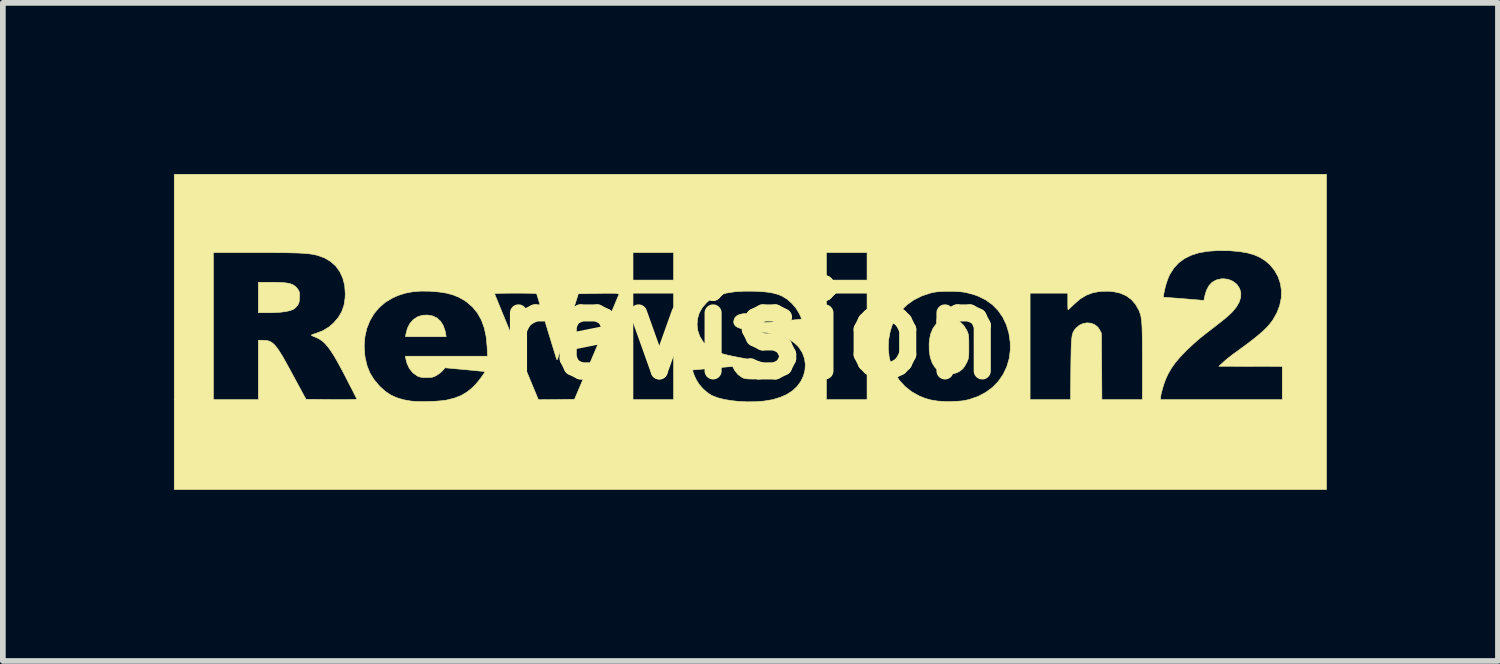
<source format=kicad_pcb>
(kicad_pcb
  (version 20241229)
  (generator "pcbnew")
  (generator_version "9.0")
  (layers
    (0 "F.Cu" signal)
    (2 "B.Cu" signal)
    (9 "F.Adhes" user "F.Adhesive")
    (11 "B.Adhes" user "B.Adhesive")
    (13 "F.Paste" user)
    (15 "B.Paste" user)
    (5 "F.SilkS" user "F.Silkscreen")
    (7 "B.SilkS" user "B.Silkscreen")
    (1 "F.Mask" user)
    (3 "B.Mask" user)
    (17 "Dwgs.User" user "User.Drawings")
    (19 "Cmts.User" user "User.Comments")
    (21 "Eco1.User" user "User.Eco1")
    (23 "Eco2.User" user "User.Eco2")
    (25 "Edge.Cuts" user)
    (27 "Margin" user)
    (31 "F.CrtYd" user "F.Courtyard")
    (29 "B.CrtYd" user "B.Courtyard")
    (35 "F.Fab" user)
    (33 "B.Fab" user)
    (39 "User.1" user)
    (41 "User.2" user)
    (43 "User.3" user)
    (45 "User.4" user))
  (footprint "revision"
    (layer "F.Cu")
    (at 10.101 2.761)
    (property "Reference" "revision" (at 0 0 0) (layer "F.SilkS") (effects (font (size 1.524 1.524) (thickness 0.3))))
    (attr through_hole)
    (fp_poly (pts (xy -5.57 -0.274) (xy -5.494 -0.239) (xy -5.432 -0.183) (xy -5.384 -0.108) (xy -5.35 -0.012) (xy -5.341 0.035) (xy -5.332 0.089) (xy -6.044 0.089) (xy -6.036 0.041) (xy -6.01 -0.059) (xy -5.966 -0.143) (xy -5.907 -0.21) (xy -5.835 -0.258) (xy -5.752 -0.285) (xy -5.661 -0.29) (xy -5.57 -0.274)) (stroke (width 0.01) (type solid)) (fill yes) (layer "F.SilkS"))
    (fp_poly (pts (xy -8.281 -0.862) (xy -8.188 -0.858) (xy -8.114 -0.849) (xy -8.056 -0.836) (xy -8.01 -0.816) (xy -7.973 -0.79) (xy -7.942 -0.757) (xy -7.927 -0.736) (xy -7.912 -0.71) (xy -7.903 -0.683) (xy -7.9 -0.647) (xy -7.902 -0.596) (xy -7.905 -0.542) (xy -7.912 -0.506) (xy -7.925 -0.477) (xy -7.941 -0.453) (xy -7.971 -0.42) (xy -8.003 -0.394) (xy -8.012 -0.388) (xy -8.071 -0.366) (xy -8.153 -0.349) (xy -8.254 -0.337) (xy -8.371 -0.331) (xy -8.432 -0.33) (xy -8.623 -0.33) (xy -8.623 -0.864) (xy -8.395 -0.864) (xy -8.281 -0.862)) (stroke (width 0.01) (type solid)) (fill yes) (layer "F.SilkS"))
    (fp_poly (pts (xy 3.519 -0.225) (xy 3.605 -0.207) (xy 3.677 -0.168) (xy 3.739 -0.108) (xy 3.791 -0.025) (xy 3.8 -0.006) (xy 3.811 0.02) (xy 3.819 0.046) (xy 3.824 0.077) (xy 3.827 0.117) (xy 3.829 0.172) (xy 3.829 0.247) (xy 3.829 0.26) (xy 3.829 0.337) (xy 3.828 0.394) (xy 3.825 0.435) (xy 3.821 0.467) (xy 3.813 0.493) (xy 3.802 0.52) (xy 3.793 0.54) (xy 3.76 0.602) (xy 3.726 0.648) (xy 3.683 0.685) (xy 3.647 0.708) (xy 3.587 0.732) (xy 3.514 0.745) (xy 3.44 0.745) (xy 3.375 0.732) (xy 3.373 0.731) (xy 3.297 0.69) (xy 3.235 0.628) (xy 3.186 0.548) (xy 3.153 0.452) (xy 3.135 0.34) (xy 3.133 0.216) (xy 3.138 0.152) (xy 3.159 0.043) (xy 3.197 -0.05) (xy 3.249 -0.124) (xy 3.314 -0.18) (xy 3.391 -0.214) (xy 3.479 -0.227) (xy 3.519 -0.225)) (stroke (width 0.01) (type solid)) (fill yes) (layer "F.SilkS"))
    (fp_poly (pts (xy 10.097 2.769) (xy -10.097 2.769) (xy -10.097 -1.384) (xy -9.411 -1.384) (xy -9.411 1.194) (xy -8.623 1.194) (xy -8.623 0.152) (xy -8.558 0.152) (xy -8.511 0.154) (xy -8.469 0.158) (xy -8.431 0.168) (xy -8.396 0.186) (xy -8.361 0.212) (xy -8.325 0.249) (xy -8.286 0.298) (xy -8.244 0.362) (xy -8.195 0.441) (xy -8.14 0.539) (xy -8.075 0.656) (xy -8.025 0.749) (xy -7.788 1.187) (xy -7.342 1.191) (xy -7.238 1.191) (xy -7.143 1.191) (xy -7.06 1.191) (xy -6.99 1.19) (xy -6.938 1.189) (xy -6.906 1.188) (xy -6.896 1.186) (xy -6.902 1.173) (xy -6.918 1.14) (xy -6.943 1.091) (xy -6.975 1.026) (xy -7.015 0.95) (xy -7.059 0.864) (xy -7.094 0.795) (xy -7.169 0.653) (xy -7.235 0.532) (xy -7.294 0.43) (xy -7.348 0.346) (xy -7.397 0.277) (xy -7.422 0.247) (xy -6.768 0.247) (xy -6.758 0.409) (xy -6.75 0.464) (xy -6.717 0.602) (xy -6.668 0.724) (xy -6.599 0.837) (xy -6.509 0.945) (xy -6.483 0.972) (xy -6.394 1.051) (xy -6.3 1.113) (xy -6.196 1.16) (xy -6.078 1.195) (xy -5.949 1.218) (xy -5.886 1.224) (xy -5.805 1.227) (xy -5.713 1.227) (xy -5.615 1.225) (xy -5.518 1.221) (xy -5.43 1.214) (xy -5.356 1.206) (xy -5.322 1.2) (xy -5.186 1.166) (xy -5.068 1.12) (xy -4.964 1.058) (xy -4.868 0.98) (xy -4.84 0.953) (xy -4.81 0.92) (xy -4.775 0.878) (xy -4.739 0.833) (xy -4.706 0.788) (xy -4.678 0.748) (xy -4.659 0.719) (xy -4.653 0.703) (xy -4.653 0.702) (xy -4.666 0.7) (xy -4.701 0.696) (xy -4.755 0.691) (xy -4.824 0.684) (xy -4.905 0.676) (xy -4.996 0.667) (xy -5.003 0.667) (xy -5.35 0.635) (xy -5.392 0.683) (xy -5.427 0.717) (xy -5.473 0.751) (xy -5.501 0.769) (xy -5.538 0.788) (xy -5.571 0.799) (xy -5.609 0.805) (xy -5.66 0.806) (xy -5.677 0.806) (xy -5.737 0.805) (xy -5.781 0.799) (xy -5.816 0.788) (xy -5.838 0.778) (xy -5.915 0.723) (xy -5.975 0.649) (xy -6.018 0.558) (xy -6.038 0.479) (xy -6.046 0.432) (xy -4.606 0.432) (xy -4.614 0.264) (xy -4.631 0.089) (xy -4.664 -0.066) (xy -4.715 -0.204) (xy -4.783 -0.325) (xy -4.87 -0.431) (xy -4.975 -0.521) (xy -5.013 -0.547) (xy -5.11 -0.602) (xy -5.215 -0.644) (xy -5.291 -0.664) (xy -4.483 -0.664) (xy -4.478 -0.651) (xy -4.465 -0.616) (xy -4.442 -0.562) (xy -4.413 -0.489) (xy -4.376 -0.4) (xy -4.334 -0.297) (xy -4.286 -0.181) (xy -4.234 -0.054) (xy -4.177 0.082) (xy -4.118 0.225) (xy -4.099 0.27) (xy -3.715 1.194) (xy -3.398 1.191) (xy -3.082 1.187) (xy -2.696 0.279) (xy -2.635 0.135) (xy -2.577 -0.002) (xy -2.522 -0.132) (xy -2.472 -0.251) (xy -2.427 -0.358) (xy -2.387 -0.451) (xy -2.355 -0.529) (xy -2.33 -0.589) (xy -2.313 -0.63) (xy -2.305 -0.65) (xy -2.304 -0.651) (xy -2.303 -0.658) (xy -2.307 -0.663) (xy -2.319 -0.666) (xy -2.341 -0.669) (xy -2.375 -0.671) (xy -2.426 -0.671) (xy -2.494 -0.671) (xy -2.584 -0.671) (xy -2.655 -0.67) (xy -3.013 -0.667) (xy -3.196 -0.09) (xy -3.232 0.026) (xy -3.267 0.134) (xy -3.298 0.233) (xy -3.326 0.319) (xy -3.349 0.39) (xy -3.367 0.445) (xy -3.379 0.48) (xy -3.384 0.493) (xy -3.384 0.493) (xy -3.393 0.489) (xy -3.397 0.481) (xy -3.402 0.464) (xy -3.414 0.425) (xy -3.431 0.369) (xy -3.453 0.298) (xy -3.479 0.214) (xy -3.507 0.122) (xy -3.537 0.024) (xy -3.568 -0.078) (xy -3.599 -0.181) (xy -3.63 -0.28) (xy -3.658 -0.375) (xy -3.684 -0.461) (xy -3.707 -0.536) (xy -3.725 -0.596) (xy -3.739 -0.64) (xy -3.746 -0.664) (xy -3.747 -0.668) (xy -3.759 -0.669) (xy -3.793 -0.67) (xy -3.847 -0.671) (xy -3.916 -0.672) (xy -3.998 -0.673) (xy -4.09 -0.673) (xy -4.115 -0.673) (xy -2.057 -0.673) (xy -2.057 1.194) (xy -1.346 1.194) (xy -1.346 0.684) (xy -1.012 0.684) (xy -1.004 0.711) (xy -0.99 0.751) (xy -0.971 0.796) (xy -0.95 0.841) (xy -0.943 0.854) (xy -0.894 0.93) (xy -0.829 1.004) (xy -0.755 1.069) (xy -0.68 1.118) (xy -0.671 1.122) (xy -0.581 1.158) (xy -0.47 1.187) (xy -0.344 1.209) (xy -0.208 1.224) (xy -0.065 1.231) (xy 0.079 1.23) (xy 0.22 1.22) (xy 0.235 1.219) (xy 0.391 1.193) (xy 0.531 1.15) (xy 0.637 1.103) (xy 0.738 1.038) (xy 0.821 0.96) (xy 0.885 0.872) (xy 0.931 0.776) (xy 0.957 0.675) (xy 0.963 0.572) (xy 0.948 0.47) (xy 0.912 0.372) (xy 0.853 0.281) (xy 0.829 0.253) (xy 0.767 0.196) (xy 0.694 0.147) (xy 0.607 0.105) (xy 0.503 0.069) (xy 0.381 0.038) (xy 0.237 0.012) (xy 0.108 -0.006) (xy -0.006 -0.022) (xy -0.097 -0.037) (xy -0.168 -0.053) (xy -0.22 -0.072) (xy -0.256 -0.093) (xy -0.278 -0.118) (xy -0.29 -0.147) (xy -0.292 -0.175) (xy -0.281 -0.228) (xy -0.248 -0.269) (xy -0.196 -0.298) (xy -0.125 -0.313) (xy -0.037 -0.314) (xy -0.03 -0.314) (xy 0.055 -0.301) (xy 0.122 -0.275) (xy 0.176 -0.233) (xy 0.222 -0.173) (xy 0.228 -0.167) (xy 0.238 -0.163) (xy 0.256 -0.16) (xy 0.284 -0.16) (xy 0.326 -0.163) (xy 0.383 -0.167) (xy 0.461 -0.174) (xy 0.56 -0.184) (xy 0.564 -0.184) (xy 0.652 -0.193) (xy 0.732 -0.201) (xy 0.8 -0.208) (xy 0.852 -0.214) (xy 0.886 -0.218) (xy 0.897 -0.22) (xy 0.894 -0.233) (xy 0.882 -0.262) (xy 0.863 -0.303) (xy 0.855 -0.319) (xy 0.8 -0.409) (xy 0.728 -0.493) (xy 0.646 -0.566) (xy 0.561 -0.619) (xy 0.559 -0.62) (xy 0.496 -0.647) (xy 0.427 -0.668) (xy 0.402 -0.673) (xy 1.333 -0.673) (xy 1.333 1.194) (xy 2.045 1.194) (xy 2.045 0.307) (xy 2.417 0.307) (xy 2.434 0.456) (xy 2.473 0.598) (xy 2.532 0.731) (xy 2.61 0.852) (xy 2.708 0.96) (xy 2.823 1.052) (xy 2.955 1.126) (xy 2.962 1.13) (xy 3.065 1.171) (xy 3.17 1.2) (xy 3.282 1.218) (xy 3.408 1.226) (xy 3.531 1.226) (xy 3.62 1.222) (xy 3.693 1.217) (xy 3.756 1.208) (xy 3.819 1.194) (xy 3.838 1.189) (xy 3.988 1.138) (xy 4.123 1.067) (xy 4.243 0.979) (xy 4.345 0.874) (xy 4.428 0.754) (xy 4.492 0.622) (xy 4.535 0.478) (xy 4.555 0.326) (xy 4.554 0.188) (xy 4.531 0.029) (xy 4.487 -0.118) (xy 4.424 -0.251) (xy 4.342 -0.369) (xy 4.242 -0.471) (xy 4.125 -0.555) (xy 3.993 -0.62) (xy 3.939 -0.64) (xy 3.861 -0.664) (xy 3.825 -0.673) (xy 4.902 -0.673) (xy 4.902 1.194) (xy 5.611 1.194) (xy 5.616 0.657) (xy 5.618 0.515) (xy 5.62 0.396) (xy 5.622 0.297) (xy 5.625 0.216) (xy 5.629 0.151) (xy 5.635 0.1) (xy 5.642 0.059) (xy 5.651 0.026) (xy 5.663 -0.001) (xy 5.677 -0.024) (xy 5.695 -0.046) (xy 5.706 -0.059) (xy 5.764 -0.11) (xy 5.831 -0.141) (xy 5.902 -0.153) (xy 5.971 -0.146) (xy 6.035 -0.121) (xy 6.089 -0.078) (xy 6.121 -0.031) (xy 6.153 0.031) (xy 6.157 0.612) (xy 6.161 1.194) (xy 6.871 1.194) (xy 7.188 1.194) (xy 9.322 1.194) (xy 9.322 0.61) (xy 8.766 0.609) (xy 8.211 0.608) (xy 8.293 0.533) (xy 8.339 0.492) (xy 8.398 0.445) (xy 8.459 0.397) (xy 8.495 0.372) (xy 8.629 0.274) (xy 8.744 0.189) (xy 8.842 0.113) (xy 8.924 0.045) (xy 8.993 -0.016) (xy 9.051 -0.073) (xy 9.099 -0.127) (xy 9.14 -0.18) (xy 9.157 -0.203) (xy 9.228 -0.328) (xy 9.277 -0.457) (xy 9.304 -0.588) (xy 9.308 -0.717) (xy 9.289 -0.843) (xy 9.248 -0.963) (xy 9.185 -1.075) (xy 9.106 -1.17) (xy 9.025 -1.241) (xy 8.933 -1.299) (xy 8.829 -1.345) (xy 8.71 -1.379) (xy 8.572 -1.402) (xy 8.414 -1.416) (xy 8.369 -1.418) (xy 8.178 -1.419) (xy 8.007 -1.406) (xy 7.855 -1.379) (xy 7.722 -1.336) (xy 7.606 -1.278) (xy 7.507 -1.205) (xy 7.424 -1.115) (xy 7.355 -1.008) (xy 7.342 -0.983) (xy 7.313 -0.914) (xy 7.285 -0.829) (xy 7.261 -0.74) (xy 7.245 -0.658) (xy 7.237 -0.602) (xy 7.533 -0.58) (xy 7.621 -0.573) (xy 7.704 -0.566) (xy 7.777 -0.56) (xy 7.836 -0.555) (xy 7.877 -0.552) (xy 7.889 -0.55) (xy 7.948 -0.543) (xy 7.963 -0.618) (xy 7.993 -0.721) (xy 8.036 -0.803) (xy 8.093 -0.864) (xy 8.165 -0.904) (xy 8.25 -0.924) (xy 8.293 -0.926) (xy 8.374 -0.916) (xy 8.452 -0.884) (xy 8.517 -0.836) (xy 8.53 -0.822) (xy 8.575 -0.754) (xy 8.596 -0.679) (xy 8.593 -0.599) (xy 8.567 -0.516) (xy 8.518 -0.431) (xy 8.446 -0.344) (xy 8.432 -0.33) (xy 8.407 -0.306) (xy 8.381 -0.282) (xy 8.352 -0.257) (xy 8.318 -0.227) (xy 8.275 -0.193) (xy 8.222 -0.151) (xy 8.157 -0.1) (xy 8.077 -0.038) (xy 7.979 0.037) (xy 7.941 0.067) (xy 7.884 0.113) (xy 7.816 0.171) (xy 7.744 0.236) (xy 7.674 0.301) (xy 7.637 0.337) (xy 7.533 0.445) (xy 7.447 0.546) (xy 7.378 0.644) (xy 7.32 0.745) (xy 7.281 0.83) (xy 7.257 0.891) (xy 7.235 0.96) (xy 7.215 1.03) (xy 7.199 1.093) (xy 7.19 1.144) (xy 7.188 1.165) (xy 7.188 1.194) (xy 6.871 1.194) (xy 6.871 0.535) (xy 6.871 0.373) (xy 6.87 0.235) (xy 6.869 0.117) (xy 6.867 0.019) (xy 6.865 -0.064) (xy 6.861 -0.132) (xy 6.856 -0.189) (xy 6.85 -0.236) (xy 6.843 -0.275) (xy 6.833 -0.31) (xy 6.822 -0.341) (xy 6.81 -0.372) (xy 6.809 -0.374) (xy 6.75 -0.478) (xy 6.676 -0.563) (xy 6.586 -0.628) (xy 6.479 -0.674) (xy 6.355 -0.701) (xy 6.28 -0.707) (xy 6.137 -0.705) (xy 6.008 -0.682) (xy 5.889 -0.638) (xy 5.779 -0.571) (xy 5.675 -0.481) (xy 5.634 -0.441) (xy 5.6 -0.409) (xy 5.577 -0.388) (xy 5.568 -0.381) (xy 5.566 -0.393) (xy 5.564 -0.425) (xy 5.563 -0.473) (xy 5.563 -0.527) (xy 5.563 -0.673) (xy 4.902 -0.673) (xy 3.825 -0.673) (xy 3.792 -0.681) (xy 3.726 -0.693) (xy 3.656 -0.7) (xy 3.574 -0.704) (xy 3.48 -0.704) (xy 3.394 -0.704) (xy 3.328 -0.701) (xy 3.274 -0.697) (xy 3.226 -0.69) (xy 3.179 -0.68) (xy 3.156 -0.675) (xy 3.004 -0.624) (xy 2.866 -0.555) (xy 2.744 -0.468) (xy 2.639 -0.365) (xy 2.553 -0.248) (xy 2.487 -0.117) (xy 2.451 -0.006) (xy 2.422 0.152) (xy 2.417 0.307) (xy 2.045 0.307) (xy 2.045 -0.673) (xy 1.333 -0.673) (xy 0.402 -0.673) (xy 0.348 -0.684) (xy 0.254 -0.696) (xy 0.142 -0.703) (xy 0.07 -0.707) (xy -0.111 -0.708) (xy -0.27 -0.698) (xy -0.409 -0.677) (xy -0.531 -0.645) (xy -0.636 -0.599) (xy -0.726 -0.542) (xy -0.766 -0.508) (xy -0.84 -0.424) (xy -0.894 -0.33) (xy -0.925 -0.229) (xy -0.934 -0.124) (xy -0.922 -0.02) (xy -0.888 0.081) (xy -0.831 0.175) (xy -0.782 0.231) (xy -0.74 0.27) (xy -0.695 0.303) (xy -0.643 0.332) (xy -0.583 0.359) (xy -0.51 0.383) (xy -0.422 0.407) (xy -0.317 0.431) (xy -0.19 0.456) (xy -0.117 0.469) (xy -0.005 0.49) (xy 0.084 0.509) (xy 0.154 0.526) (xy 0.207 0.542) (xy 0.246 0.56) (xy 0.273 0.578) (xy 0.291 0.6) (xy 0.303 0.625) (xy 0.305 0.63) (xy 0.31 0.682) (xy 0.291 0.732) (xy 0.251 0.777) (xy 0.216 0.8) (xy 0.186 0.815) (xy 0.157 0.825) (xy 0.121 0.83) (xy 0.071 0.832) (xy 0.032 0.832) (xy -0.031 0.831) (xy -0.076 0.827) (xy -0.11 0.82) (xy -0.139 0.808) (xy -0.146 0.804) (xy -0.219 0.751) (xy -0.275 0.68) (xy -0.286 0.66) (xy -0.301 0.631) (xy -0.31 0.614) (xy -0.31 0.613) (xy -0.323 0.613) (xy -0.358 0.616) (xy -0.412 0.62) (xy -0.481 0.626) (xy -0.562 0.633) (xy -0.652 0.641) (xy -0.66 0.642) (xy -0.751 0.65) (xy -0.833 0.657) (xy -0.903 0.664) (xy -0.959 0.669) (xy -0.995 0.672) (xy -1.01 0.673) (xy -1.01 0.673) (xy -1.012 0.684) (xy -1.346 0.684) (xy -1.346 -0.673) (xy -2.057 -0.673) (xy -4.115 -0.673) (xy -4.209 -0.673) (xy -4.294 -0.672) (xy -4.367 -0.671) (xy -4.424 -0.669) (xy -4.464 -0.667) (xy -4.482 -0.664) (xy -4.483 -0.664) (xy -5.291 -0.664) (xy -5.333 -0.675) (xy -5.467 -0.695) (xy -5.613 -0.707) (xy -5.774 -0.709) (xy -5.916 -0.698) (xy -6.047 -0.673) (xy -6.17 -0.634) (xy -6.267 -0.591) (xy -6.394 -0.516) (xy -6.504 -0.422) (xy -6.596 -0.313) (xy -6.669 -0.189) (xy -6.723 -0.054) (xy -6.756 0.093) (xy -6.768 0.247) (xy -7.422 0.247) (xy -7.444 0.221) (xy -7.489 0.177) (xy -7.535 0.143) (xy -7.583 0.116) (xy -7.621 0.099) (xy -7.66 0.083) (xy -7.687 0.07) (xy -7.696 0.062) (xy -7.685 0.056) (xy -7.656 0.045) (xy -7.617 0.033) (xy -7.494 -0.014) (xy -7.383 -0.082) (xy -7.303 -0.152) (xy -7.221 -0.248) (xy -7.161 -0.35) (xy -7.122 -0.462) (xy -7.103 -0.588) (xy -7.1 -0.667) (xy -7.11 -0.807) (xy -7.142 -0.934) (xy -7.194 -1.047) (xy -7.264 -1.145) (xy -7.354 -1.226) (xy -7.461 -1.29) (xy -7.585 -1.335) (xy -7.601 -1.339) (xy -7.642 -1.348) (xy -7.685 -1.356) (xy -7.734 -1.363) (xy -7.791 -1.368) (xy -7.856 -1.373) (xy -7.934 -1.377) (xy -8.025 -1.379) (xy -8.131 -1.382) (xy -8.256 -1.383) (xy -8.401 -1.384) (xy -8.568 -1.384) (xy -8.665 -1.384) (xy -2.057 -1.384) (xy -2.057 -0.902) (xy -1.346 -0.902) (xy -1.346 -1.384) (xy 1.333 -1.384) (xy 1.333 -0.902) (xy 2.045 -0.902) (xy 2.045 -1.384) (xy 1.333 -1.384) (xy -1.346 -1.384) (xy -2.057 -1.384) (xy -8.665 -1.384) (xy -8.667 -1.384) (xy -9.411 -1.384) (xy -10.097 -1.384) (xy -10.097 -2.756) (xy 10.097 -2.756) (xy 10.097 2.769)) (stroke (width 0.01) (type solid)) (fill yes) (layer "F.SilkS")))
  (gr_rect
    (start -3 -3)
    (end 23.203 8.534)
    (stroke (width 0.1) (type default))
    (fill no)
    (layer "Edge.Cuts")))
</source>
